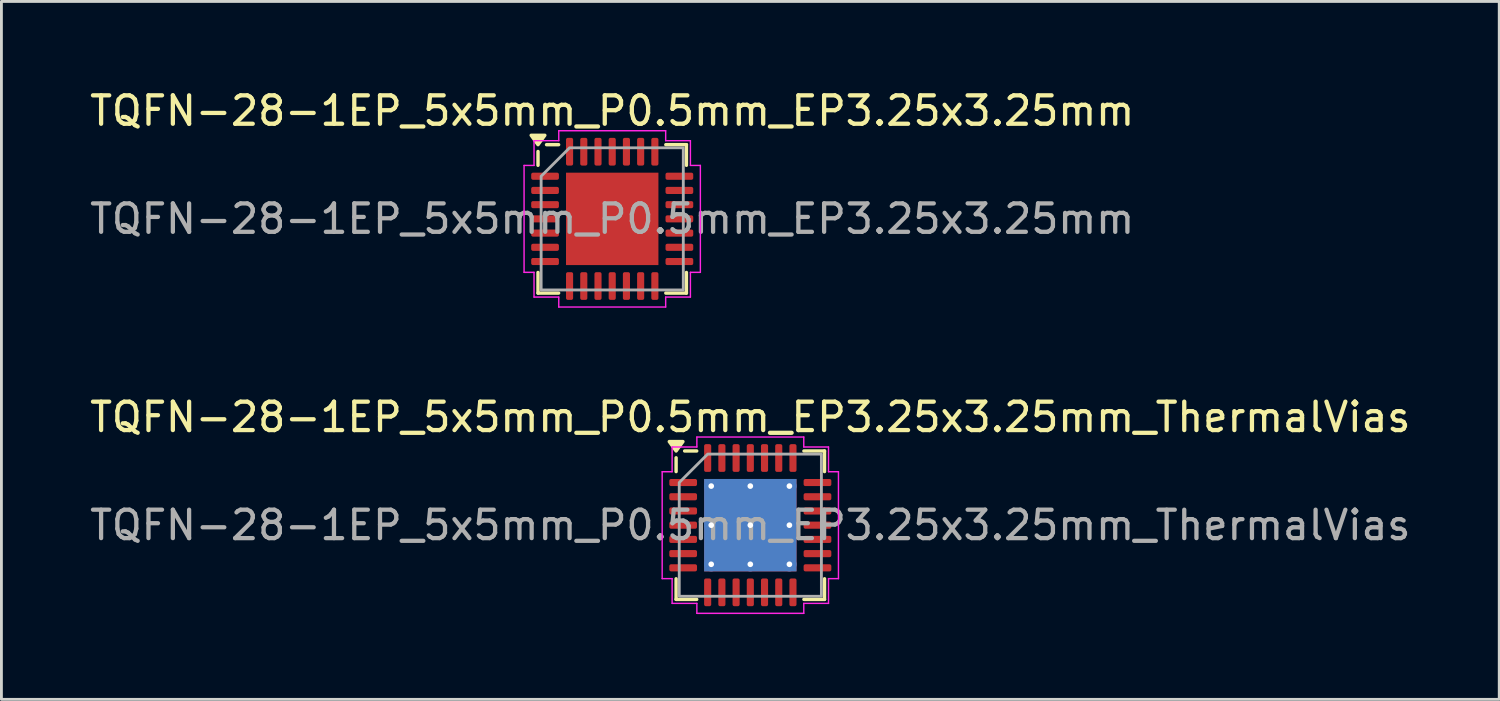
<source format=kicad_pcb>
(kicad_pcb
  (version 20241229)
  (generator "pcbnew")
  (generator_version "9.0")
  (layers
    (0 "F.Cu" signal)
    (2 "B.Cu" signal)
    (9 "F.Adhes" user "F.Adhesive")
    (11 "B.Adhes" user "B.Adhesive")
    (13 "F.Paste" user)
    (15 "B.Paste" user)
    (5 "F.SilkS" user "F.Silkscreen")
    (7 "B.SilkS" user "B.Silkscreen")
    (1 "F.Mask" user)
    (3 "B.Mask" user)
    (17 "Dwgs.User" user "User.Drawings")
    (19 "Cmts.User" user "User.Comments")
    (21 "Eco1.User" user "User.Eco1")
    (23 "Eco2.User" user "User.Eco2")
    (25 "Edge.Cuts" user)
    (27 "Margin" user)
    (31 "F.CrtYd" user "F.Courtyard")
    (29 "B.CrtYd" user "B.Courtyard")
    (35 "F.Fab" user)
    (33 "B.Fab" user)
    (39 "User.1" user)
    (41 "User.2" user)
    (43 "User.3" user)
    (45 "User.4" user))
  (footprint "TQFN-28-1EP_5x5mm_P0.5mm_EP3.25x3.25mm"
    (layer "F.Cu")
    (at 18.482 4.648)
    (property "Reference" "TQFN-28-1EP_5x5mm_P0.5mm_EP3.25x3.25mm" (at 0 -3.8 0) (layer "F.SilkS") (effects (font (size 1 1) (thickness 0.15))))
    (attr smd)
    (fp_line (start -2.61 -1.885) (end -2.61 -2.37) (stroke (width 0.12) (type solid)) (layer "F.SilkS"))
    (fp_line (start -2.61 2.61) (end -2.61 1.885) (stroke (width 0.12) (type solid)) (layer "F.SilkS"))
    (fp_line (start -1.885 -2.61) (end -2.31 -2.61) (stroke (width 0.12) (type solid)) (layer "F.SilkS"))
    (fp_line (start -1.885 2.61) (end -2.61 2.61) (stroke (width 0.12) (type solid)) (layer "F.SilkS"))
    (fp_line (start 1.885 -2.61) (end 2.61 -2.61) (stroke (width 0.12) (type solid)) (layer "F.SilkS"))
    (fp_line (start 1.885 2.61) (end 2.61 2.61) (stroke (width 0.12) (type solid)) (layer "F.SilkS"))
    (fp_line (start 2.61 -2.61) (end 2.61 -1.885) (stroke (width 0.12) (type solid)) (layer "F.SilkS"))
    (fp_line (start 2.61 2.61) (end 2.61 1.885) (stroke (width 0.12) (type solid)) (layer "F.SilkS"))
    (fp_poly (pts (xy -2.61 -2.61) (xy -2.85 -2.94) (xy -2.37 -2.94)) (stroke (width 0.12) (type solid)) (fill yes) (layer "F.SilkS"))
    (fp_line (start -3.1 -1.88) (end -2.75 -1.88) (stroke (width 0.05) (type solid)) (layer "F.CrtYd"))
    (fp_line (start -3.1 1.88) (end -3.1 -1.88) (stroke (width 0.05) (type solid)) (layer "F.CrtYd"))
    (fp_line (start -2.75 -2.75) (end -1.88 -2.75) (stroke (width 0.05) (type solid)) (layer "F.CrtYd"))
    (fp_line (start -2.75 -1.88) (end -2.75 -2.75) (stroke (width 0.05) (type solid)) (layer "F.CrtYd"))
    (fp_line (start -2.75 1.88) (end -3.1 1.88) (stroke (width 0.05) (type solid)) (layer "F.CrtYd"))
    (fp_line (start -2.75 2.75) (end -2.75 1.88) (stroke (width 0.05) (type solid)) (layer "F.CrtYd"))
    (fp_line (start -1.88 -3.1) (end 1.88 -3.1) (stroke (width 0.05) (type solid)) (layer "F.CrtYd"))
    (fp_line (start -1.88 -2.75) (end -1.88 -3.1) (stroke (width 0.05) (type solid)) (layer "F.CrtYd"))
    (fp_line (start -1.88 2.75) (end -2.75 2.75) (stroke (width 0.05) (type solid)) (layer "F.CrtYd"))
    (fp_line (start -1.88 3.1) (end -1.88 2.75) (stroke (width 0.05) (type solid)) (layer "F.CrtYd"))
    (fp_line (start 1.88 -3.1) (end 1.88 -2.75) (stroke (width 0.05) (type solid)) (layer "F.CrtYd"))
    (fp_line (start 1.88 -2.75) (end 2.75 -2.75) (stroke (width 0.05) (type solid)) (layer "F.CrtYd"))
    (fp_line (start 1.88 2.75) (end 1.88 3.1) (stroke (width 0.05) (type solid)) (layer "F.CrtYd"))
    (fp_line (start 1.88 3.1) (end -1.88 3.1) (stroke (width 0.05) (type solid)) (layer "F.CrtYd"))
    (fp_line (start 2.75 -2.75) (end 2.75 -1.88) (stroke (width 0.05) (type solid)) (layer "F.CrtYd"))
    (fp_line (start 2.75 -1.88) (end 3.1 -1.88) (stroke (width 0.05) (type solid)) (layer "F.CrtYd"))
    (fp_line (start 2.75 1.88) (end 2.75 2.75) (stroke (width 0.05) (type solid)) (layer "F.CrtYd"))
    (fp_line (start 2.75 2.75) (end 1.88 2.75) (stroke (width 0.05) (type solid)) (layer "F.CrtYd"))
    (fp_line (start 3.1 -1.88) (end 3.1 1.88) (stroke (width 0.05) (type solid)) (layer "F.CrtYd"))
    (fp_line (start 3.1 1.88) (end 2.75 1.88) (stroke (width 0.05) (type solid)) (layer "F.CrtYd"))
    (fp_poly (pts (xy -2.5 -1.5) (xy -2.5 2.5) (xy 2.5 2.5) (xy 2.5 -2.5) (xy -1.5 -2.5)) (stroke (width 0.1) (type solid)) (fill no) (layer "F.Fab"))
    (fp_text user "${REFERENCE}" (at 0 0 0) (layer "F.Fab") (effects (font (size 1 1) (thickness 0.15))))
    (pad "" smd roundrect (at -0.81 -0.81) (size 1.31 1.31) (layers "F.Paste") (roundrect_rratio 0.191))
    (pad "" smd roundrect (at -0.81 0.81) (size 1.31 1.31) (layers "F.Paste") (roundrect_rratio 0.191))
    (pad "" smd roundrect (at 0.81 -0.81) (size 1.31 1.31) (layers "F.Paste") (roundrect_rratio 0.191))
    (pad "" smd roundrect (at 0.81 0.81) (size 1.31 1.31) (layers "F.Paste") (roundrect_rratio 0.191))
    (pad "1" smd roundrect (at -2.362 -1.5) (size 0.975 0.25) (layers "F.Cu" "F.Mask" "F.Paste") (roundrect_rratio 0.25))
    (pad "2" smd roundrect (at -2.362 -1) (size 0.975 0.25) (layers "F.Cu" "F.Mask" "F.Paste") (roundrect_rratio 0.25))
    (pad "3" smd roundrect (at -2.362 -0.5) (size 0.975 0.25) (layers "F.Cu" "F.Mask" "F.Paste") (roundrect_rratio 0.25))
    (pad "4" smd roundrect (at -2.362 0) (size 0.975 0.25) (layers "F.Cu" "F.Mask" "F.Paste") (roundrect_rratio 0.25))
    (pad "5" smd roundrect (at -2.362 0.5) (size 0.975 0.25) (layers "F.Cu" "F.Mask" "F.Paste") (roundrect_rratio 0.25))
    (pad "6" smd roundrect (at -2.362 1) (size 0.975 0.25) (layers "F.Cu" "F.Mask" "F.Paste") (roundrect_rratio 0.25))
    (pad "7" smd roundrect (at -2.362 1.5) (size 0.975 0.25) (layers "F.Cu" "F.Mask" "F.Paste") (roundrect_rratio 0.25))
    (pad "8" smd roundrect (at -1.5 2.362) (size 0.25 0.975) (layers "F.Cu" "F.Mask" "F.Paste") (roundrect_rratio 0.25))
    (pad "9" smd roundrect (at -1 2.362) (size 0.25 0.975) (layers "F.Cu" "F.Mask" "F.Paste") (roundrect_rratio 0.25))
    (pad "10" smd roundrect (at -0.5 2.362) (size 0.25 0.975) (layers "F.Cu" "F.Mask" "F.Paste") (roundrect_rratio 0.25))
    (pad "11" smd roundrect (at 0 2.362) (size 0.25 0.975) (layers "F.Cu" "F.Mask" "F.Paste") (roundrect_rratio 0.25))
    (pad "12" smd roundrect (at 0.5 2.362) (size 0.25 0.975) (layers "F.Cu" "F.Mask" "F.Paste") (roundrect_rratio 0.25))
    (pad "13" smd roundrect (at 1 2.362) (size 0.25 0.975) (layers "F.Cu" "F.Mask" "F.Paste") (roundrect_rratio 0.25))
    (pad "14" smd roundrect (at 1.5 2.362) (size 0.25 0.975) (layers "F.Cu" "F.Mask" "F.Paste") (roundrect_rratio 0.25))
    (pad "15" smd roundrect (at 2.362 1.5) (size 0.975 0.25) (layers "F.Cu" "F.Mask" "F.Paste") (roundrect_rratio 0.25))
    (pad "16" smd roundrect (at 2.362 1) (size 0.975 0.25) (layers "F.Cu" "F.Mask" "F.Paste") (roundrect_rratio 0.25))
    (pad "17" smd roundrect (at 2.362 0.5) (size 0.975 0.25) (layers "F.Cu" "F.Mask" "F.Paste") (roundrect_rratio 0.25))
    (pad "18" smd roundrect (at 2.362 0) (size 0.975 0.25) (layers "F.Cu" "F.Mask" "F.Paste") (roundrect_rratio 0.25))
    (pad "19" smd roundrect (at 2.362 -0.5) (size 0.975 0.25) (layers "F.Cu" "F.Mask" "F.Paste") (roundrect_rratio 0.25))
    (pad "20" smd roundrect (at 2.362 -1) (size 0.975 0.25) (layers "F.Cu" "F.Mask" "F.Paste") (roundrect_rratio 0.25))
    (pad "21" smd roundrect (at 2.362 -1.5) (size 0.975 0.25) (layers "F.Cu" "F.Mask" "F.Paste") (roundrect_rratio 0.25))
    (pad "22" smd roundrect (at 1.5 -2.362) (size 0.25 0.975) (layers "F.Cu" "F.Mask" "F.Paste") (roundrect_rratio 0.25))
    (pad "23" smd roundrect (at 1 -2.362) (size 0.25 0.975) (layers "F.Cu" "F.Mask" "F.Paste") (roundrect_rratio 0.25))
    (pad "24" smd roundrect (at 0.5 -2.362) (size 0.25 0.975) (layers "F.Cu" "F.Mask" "F.Paste") (roundrect_rratio 0.25))
    (pad "25" smd roundrect (at 0 -2.362) (size 0.25 0.975) (layers "F.Cu" "F.Mask" "F.Paste") (roundrect_rratio 0.25))
    (pad "26" smd roundrect (at -0.5 -2.362) (size 0.25 0.975) (layers "F.Cu" "F.Mask" "F.Paste") (roundrect_rratio 0.25))
    (pad "27" smd roundrect (at -1 -2.362) (size 0.25 0.975) (layers "F.Cu" "F.Mask" "F.Paste") (roundrect_rratio 0.25))
    (pad "28" smd roundrect (at -1.5 -2.362) (size 0.25 0.975) (layers "F.Cu" "F.Mask" "F.Paste") (roundrect_rratio 0.25))
    (pad "29" smd rect (at 0 0) (size 3.25 3.25) (property pad_prop_heatsink) (layers "F.Cu" "F.Mask")))
  (footprint "TQFN-28-1EP_5x5mm_P0.5mm_EP3.25x3.25mm_ThermalVias"
    (layer "F.Cu")
    (at 23.339 15.421)
    (property "Reference" "TQFN-28-1EP_5x5mm_P0.5mm_EP3.25x3.25mm_ThermalVias" (at 0 -3.8 0) (layer "F.SilkS") (effects (font (size 1 1) (thickness 0.15))))
    (attr smd)
    (fp_line (start -2.61 -1.885) (end -2.61 -2.37) (stroke (width 0.12) (type solid)) (layer "F.SilkS"))
    (fp_line (start -2.61 2.61) (end -2.61 1.885) (stroke (width 0.12) (type solid)) (layer "F.SilkS"))
    (fp_line (start -1.885 -2.61) (end -2.31 -2.61) (stroke (width 0.12) (type solid)) (layer "F.SilkS"))
    (fp_line (start -1.885 2.61) (end -2.61 2.61) (stroke (width 0.12) (type solid)) (layer "F.SilkS"))
    (fp_line (start 1.885 -2.61) (end 2.61 -2.61) (stroke (width 0.12) (type solid)) (layer "F.SilkS"))
    (fp_line (start 1.885 2.61) (end 2.61 2.61) (stroke (width 0.12) (type solid)) (layer "F.SilkS"))
    (fp_line (start 2.61 -2.61) (end 2.61 -1.885) (stroke (width 0.12) (type solid)) (layer "F.SilkS"))
    (fp_line (start 2.61 2.61) (end 2.61 1.885) (stroke (width 0.12) (type solid)) (layer "F.SilkS"))
    (fp_poly (pts (xy -2.61 -2.61) (xy -2.85 -2.94) (xy -2.37 -2.94)) (stroke (width 0.12) (type solid)) (fill yes) (layer "F.SilkS"))
    (fp_line (start -3.1 -1.88) (end -2.75 -1.88) (stroke (width 0.05) (type solid)) (layer "F.CrtYd"))
    (fp_line (start -3.1 1.88) (end -3.1 -1.88) (stroke (width 0.05) (type solid)) (layer "F.CrtYd"))
    (fp_line (start -2.75 -2.75) (end -1.88 -2.75) (stroke (width 0.05) (type solid)) (layer "F.CrtYd"))
    (fp_line (start -2.75 -1.88) (end -2.75 -2.75) (stroke (width 0.05) (type solid)) (layer "F.CrtYd"))
    (fp_line (start -2.75 1.88) (end -3.1 1.88) (stroke (width 0.05) (type solid)) (layer "F.CrtYd"))
    (fp_line (start -2.75 2.75) (end -2.75 1.88) (stroke (width 0.05) (type solid)) (layer "F.CrtYd"))
    (fp_line (start -1.88 -3.1) (end 1.88 -3.1) (stroke (width 0.05) (type solid)) (layer "F.CrtYd"))
    (fp_line (start -1.88 -2.75) (end -1.88 -3.1) (stroke (width 0.05) (type solid)) (layer "F.CrtYd"))
    (fp_line (start -1.88 2.75) (end -2.75 2.75) (stroke (width 0.05) (type solid)) (layer "F.CrtYd"))
    (fp_line (start -1.88 3.1) (end -1.88 2.75) (stroke (width 0.05) (type solid)) (layer "F.CrtYd"))
    (fp_line (start 1.88 -3.1) (end 1.88 -2.75) (stroke (width 0.05) (type solid)) (layer "F.CrtYd"))
    (fp_line (start 1.88 -2.75) (end 2.75 -2.75) (stroke (width 0.05) (type solid)) (layer "F.CrtYd"))
    (fp_line (start 1.88 2.75) (end 1.88 3.1) (stroke (width 0.05) (type solid)) (layer "F.CrtYd"))
    (fp_line (start 1.88 3.1) (end -1.88 3.1) (stroke (width 0.05) (type solid)) (layer "F.CrtYd"))
    (fp_line (start 2.75 -2.75) (end 2.75 -1.88) (stroke (width 0.05) (type solid)) (layer "F.CrtYd"))
    (fp_line (start 2.75 -1.88) (end 3.1 -1.88) (stroke (width 0.05) (type solid)) (layer "F.CrtYd"))
    (fp_line (start 2.75 1.88) (end 2.75 2.75) (stroke (width 0.05) (type solid)) (layer "F.CrtYd"))
    (fp_line (start 2.75 2.75) (end 1.88 2.75) (stroke (width 0.05) (type solid)) (layer "F.CrtYd"))
    (fp_line (start 3.1 -1.88) (end 3.1 1.88) (stroke (width 0.05) (type solid)) (layer "F.CrtYd"))
    (fp_line (start 3.1 1.88) (end 2.75 1.88) (stroke (width 0.05) (type solid)) (layer "F.CrtYd"))
    (fp_poly (pts (xy -2.5 -1.5) (xy -2.5 2.5) (xy 2.5 2.5) (xy 2.5 -2.5) (xy -1.5 -2.5)) (stroke (width 0.1) (type solid)) (fill no) (layer "F.Fab"))
    (fp_text user "${REFERENCE}" (at 0 0 0) (layer "F.Fab") (effects (font (size 1 1) (thickness 0.15))))
    (pad "" smd roundrect (at -0.81 -0.81) (size 1.41 1.41) (layers "F.Paste") (roundrect_rratio 0.177))
    (pad "" smd roundrect (at -0.81 0.81) (size 1.41 1.41) (layers "F.Paste") (roundrect_rratio 0.177))
    (pad "" smd roundrect (at 0.81 -0.81) (size 1.41 1.41) (layers "F.Paste") (roundrect_rratio 0.177))
    (pad "" smd roundrect (at 0.81 0.81) (size 1.41 1.41) (layers "F.Paste") (roundrect_rratio 0.177))
    (pad "1" smd roundrect (at -2.362 -1.5) (size 0.975 0.25) (layers "F.Cu" "F.Mask" "F.Paste") (roundrect_rratio 0.25))
    (pad "2" smd roundrect (at -2.362 -1) (size 0.975 0.25) (layers "F.Cu" "F.Mask" "F.Paste") (roundrect_rratio 0.25))
    (pad "3" smd roundrect (at -2.362 -0.5) (size 0.975 0.25) (layers "F.Cu" "F.Mask" "F.Paste") (roundrect_rratio 0.25))
    (pad "4" smd roundrect (at -2.362 0) (size 0.975 0.25) (layers "F.Cu" "F.Mask" "F.Paste") (roundrect_rratio 0.25))
    (pad "5" smd roundrect (at -2.362 0.5) (size 0.975 0.25) (layers "F.Cu" "F.Mask" "F.Paste") (roundrect_rratio 0.25))
    (pad "6" smd roundrect (at -2.362 1) (size 0.975 0.25) (layers "F.Cu" "F.Mask" "F.Paste") (roundrect_rratio 0.25))
    (pad "7" smd roundrect (at -2.362 1.5) (size 0.975 0.25) (layers "F.Cu" "F.Mask" "F.Paste") (roundrect_rratio 0.25))
    (pad "8" smd roundrect (at -1.5 2.362) (size 0.25 0.975) (layers "F.Cu" "F.Mask" "F.Paste") (roundrect_rratio 0.25))
    (pad "9" smd roundrect (at -1 2.362) (size 0.25 0.975) (layers "F.Cu" "F.Mask" "F.Paste") (roundrect_rratio 0.25))
    (pad "10" smd roundrect (at -0.5 2.362) (size 0.25 0.975) (layers "F.Cu" "F.Mask" "F.Paste") (roundrect_rratio 0.25))
    (pad "11" smd roundrect (at 0 2.362) (size 0.25 0.975) (layers "F.Cu" "F.Mask" "F.Paste") (roundrect_rratio 0.25))
    (pad "12" smd roundrect (at 0.5 2.362) (size 0.25 0.975) (layers "F.Cu" "F.Mask" "F.Paste") (roundrect_rratio 0.25))
    (pad "13" smd roundrect (at 1 2.362) (size 0.25 0.975) (layers "F.Cu" "F.Mask" "F.Paste") (roundrect_rratio 0.25))
    (pad "14" smd roundrect (at 1.5 2.362) (size 0.25 0.975) (layers "F.Cu" "F.Mask" "F.Paste") (roundrect_rratio 0.25))
    (pad "15" smd roundrect (at 2.362 1.5) (size 0.975 0.25) (layers "F.Cu" "F.Mask" "F.Paste") (roundrect_rratio 0.25))
    (pad "16" smd roundrect (at 2.362 1) (size 0.975 0.25) (layers "F.Cu" "F.Mask" "F.Paste") (roundrect_rratio 0.25))
    (pad "17" smd roundrect (at 2.362 0.5) (size 0.975 0.25) (layers "F.Cu" "F.Mask" "F.Paste") (roundrect_rratio 0.25))
    (pad "18" smd roundrect (at 2.362 0) (size 0.975 0.25) (layers "F.Cu" "F.Mask" "F.Paste") (roundrect_rratio 0.25))
    (pad "19" smd roundrect (at 2.362 -0.5) (size 0.975 0.25) (layers "F.Cu" "F.Mask" "F.Paste") (roundrect_rratio 0.25))
    (pad "20" smd roundrect (at 2.362 -1) (size 0.975 0.25) (layers "F.Cu" "F.Mask" "F.Paste") (roundrect_rratio 0.25))
    (pad "21" smd roundrect (at 2.362 -1.5) (size 0.975 0.25) (layers "F.Cu" "F.Mask" "F.Paste") (roundrect_rratio 0.25))
    (pad "22" smd roundrect (at 1.5 -2.362) (size 0.25 0.975) (layers "F.Cu" "F.Mask" "F.Paste") (roundrect_rratio 0.25))
    (pad "23" smd roundrect (at 1 -2.362) (size 0.25 0.975) (layers "F.Cu" "F.Mask" "F.Paste") (roundrect_rratio 0.25))
    (pad "24" smd roundrect (at 0.5 -2.362) (size 0.25 0.975) (layers "F.Cu" "F.Mask" "F.Paste") (roundrect_rratio 0.25))
    (pad "25" smd roundrect (at 0 -2.362) (size 0.25 0.975) (layers "F.Cu" "F.Mask" "F.Paste") (roundrect_rratio 0.25))
    (pad "26" smd roundrect (at -0.5 -2.362) (size 0.25 0.975) (layers "F.Cu" "F.Mask" "F.Paste") (roundrect_rratio 0.25))
    (pad "27" smd roundrect (at -1 -2.362) (size 0.25 0.975) (layers "F.Cu" "F.Mask" "F.Paste") (roundrect_rratio 0.25))
    (pad "28" smd roundrect (at -1.5 -2.362) (size 0.25 0.975) (layers "F.Cu" "F.Mask" "F.Paste") (roundrect_rratio 0.25))
    (pad "29" thru_hole circle (at -1.375 -1.375) (size 0.5 0.5) (drill 0.2) (property pad_prop_heatsink) (layers "*.Cu"))
    (pad "29" thru_hole circle (at -1.375 0) (size 0.5 0.5) (drill 0.2) (property pad_prop_heatsink) (layers "*.Cu"))
    (pad "29" thru_hole circle (at -1.375 1.375) (size 0.5 0.5) (drill 0.2) (property pad_prop_heatsink) (layers "*.Cu"))
    (pad "29" thru_hole circle (at 0 -1.375) (size 0.5 0.5) (drill 0.2) (property pad_prop_heatsink) (layers "*.Cu"))
    (pad "29" thru_hole circle (at 0 0) (size 0.5 0.5) (drill 0.2) (property pad_prop_heatsink) (layers "*.Cu"))
    (pad "29" smd rect (at 0 0) (size 3.25 3.25) (property pad_prop_heatsink) (layers "F.Cu" "F.Mask"))
    (pad "29" smd rect (at 0 0) (size 3.25 3.25) (property pad_prop_heatsink) (layers "B.Cu"))
    (pad "29" thru_hole circle (at 0 1.375) (size 0.5 0.5) (drill 0.2) (property pad_prop_heatsink) (layers "*.Cu"))
    (pad "29" thru_hole circle (at 1.375 -1.375) (size 0.5 0.5) (drill 0.2) (property pad_prop_heatsink) (layers "*.Cu"))
    (pad "29" thru_hole circle (at 1.375 0) (size 0.5 0.5) (drill 0.2) (property pad_prop_heatsink) (layers "*.Cu"))
    (pad "29" thru_hole circle (at 1.375 1.375) (size 0.5 0.5) (drill 0.2) (property pad_prop_heatsink) (layers "*.Cu")))
  (gr_rect
    (start -3 -3)
    (end 49.679 21.547)
    (stroke (width 0.1) (type default))
    (fill no)
    (layer "Edge.Cuts")))
</source>
